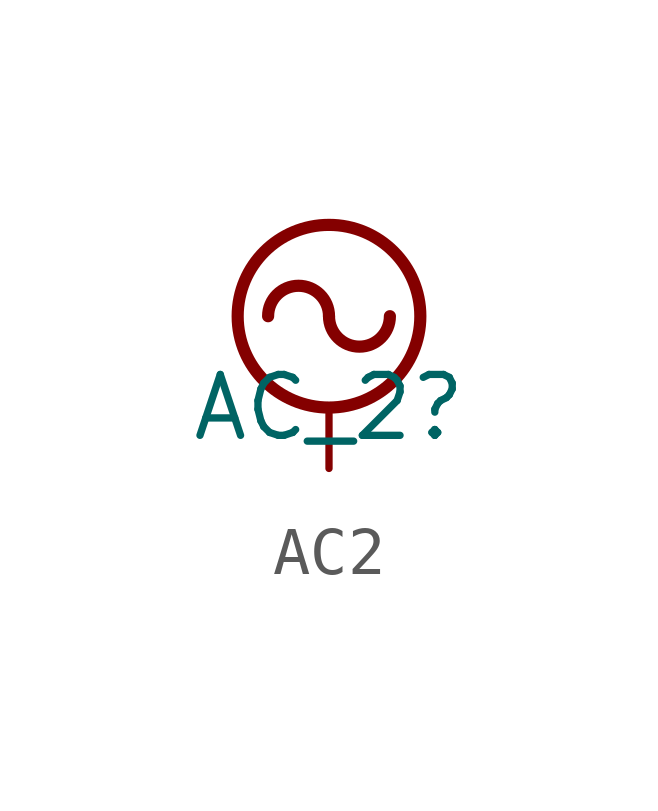
<source format=kicad_sym>
(kicad_symbol_lib
  (version 20220914)
  (generator kicad_symbol_editor)
  (symbol "AC2"
    (property "Reference" "AC_2"
      (at 0 0 0)
      (effects (font (size 1.27 1.27))))
    (property "Value" ""
      (at 0 0 0)
      (effects (font (size 1.27 1.27))))
    (symbol "AC2_0_1"
      (polyline (pts (xy 0 -1.27) (xy 0 0)) (stroke (width 0) (type default)) (fill (type none)))
      (arc (start 0 1.905) (mid -0.635 2.5373) (end -1.27 1.905) (stroke (width 0.254) (type default)) (fill (type none)))
      (arc (start 0 1.905) (mid 0.635 1.2727) (end 1.27 1.905) (stroke (width 0.254) (type default)) (fill (type none)))
      (circle (center 0 1.905) (radius 1.905) (stroke (width 0.254) (type default)) (fill (type none))))
    (symbol "AC2_1_1"
      (pin power_in line (at 0 -1.27 90) (length 0) hide (name "AC" (effects (font (size 1.27 1.27)))) (number "1" (effects (font (size 1.27 1.27))))))))
</source>
